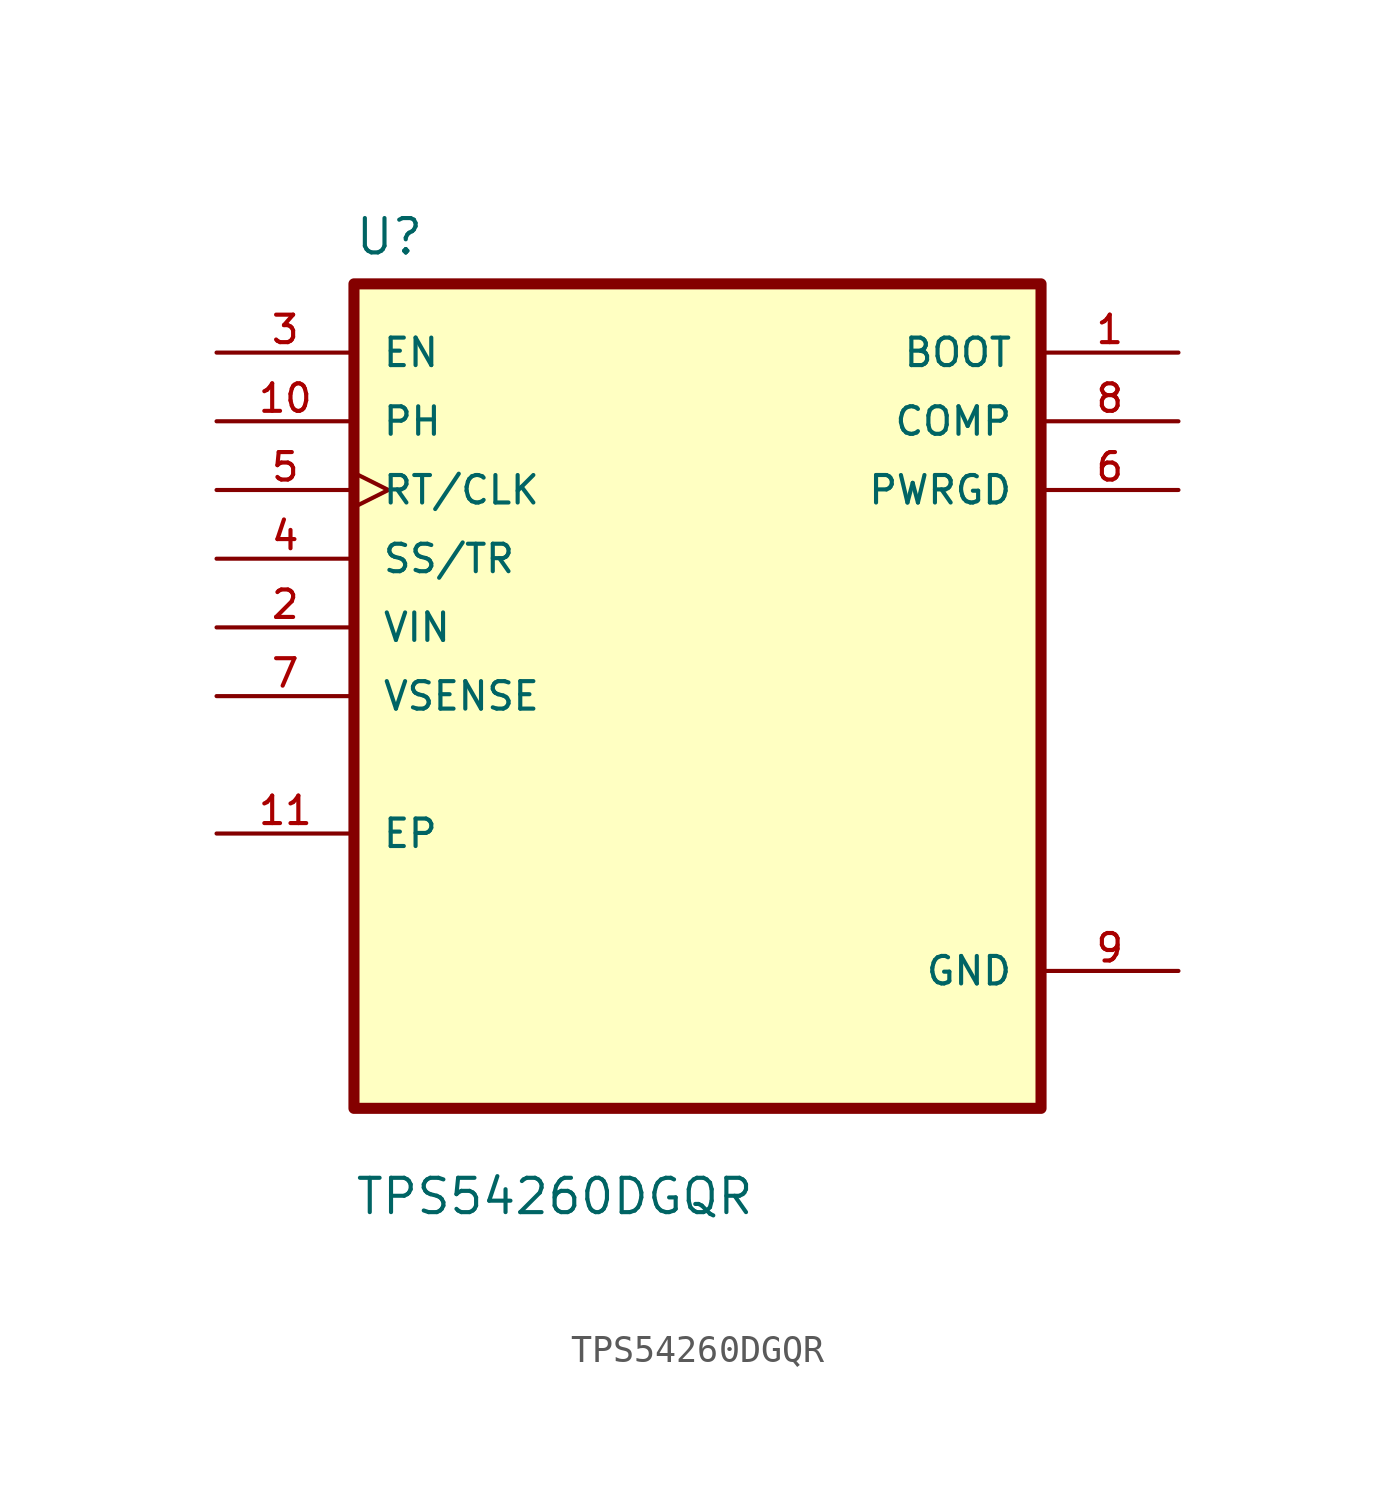
<source format=kicad_sym>
(kicad_symbol_lib
  (version 20211014)
  (generator kicad_symbol_editor)
  (symbol "TPS54260DGQR"
    (pin_names
      (offset 1.016))
    (property "Reference" "U"
      (at -12.7 16.24 0.0)
      (effects (font (size 1.27 1.27)) (justify bottom left)))
    (property "Value" "TPS54260DGQR"
      (at -12.7 -19.24 0.0)
      (effects (font (size 1.27 1.27)) (justify bottom left)))
    (symbol "TPS54260DGQR_0_0"
      (rectangle (start -12.7 -15.24) (end 12.7 15.24) (stroke (width 0.41)) (fill (type background)))
      (pin input line (at -17.78 12.7 0) (length 5.08) (name "EN" (effects (font (size 1.016 1.016)))) (number "3" (effects (font (size 1.016 1.016)))))
      (pin input line (at -17.78 10.16 0) (length 5.08) (name "PH" (effects (font (size 1.016 1.016)))) (number "10" (effects (font (size 1.016 1.016)))))
      (pin input clock (at -17.78 7.62 0) (length 5.08) (name "RT/CLK" (effects (font (size 1.016 1.016)))) (number "5" (effects (font (size 1.016 1.016)))))
      (pin input line (at -17.78 5.08 0) (length 5.08) (name "SS/TR" (effects (font (size 1.016 1.016)))) (number "4" (effects (font (size 1.016 1.016)))))
      (pin input line (at -17.78 2.54 0) (length 5.08) (name "VIN" (effects (font (size 1.016 1.016)))) (number "2" (effects (font (size 1.016 1.016)))))
      (pin input line (at -17.78 0.0 0) (length 5.08) (name "VSENSE" (effects (font (size 1.016 1.016)))) (number "7" (effects (font (size 1.016 1.016)))))
      (pin bidirectional line (at -17.78 -5.08 0) (length 5.08) (name "EP" (effects (font (size 1.016 1.016)))) (number "11" (effects (font (size 1.016 1.016)))))
      (pin output line (at 17.78 12.7 180.0) (length 5.08) (name "BOOT" (effects (font (size 1.016 1.016)))) (number "1" (effects (font (size 1.016 1.016)))))
      (pin output line (at 17.78 10.16 180.0) (length 5.08) (name "COMP" (effects (font (size 1.016 1.016)))) (number "8" (effects (font (size 1.016 1.016)))))
      (pin output line (at 17.78 7.62 180.0) (length 5.08) (name "PWRGD" (effects (font (size 1.016 1.016)))) (number "6" (effects (font (size 1.016 1.016)))))
      (pin power_in line (at 17.78 -10.16 180.0) (length 5.08) (name "GND" (effects (font (size 1.016 1.016)))) (number "9" (effects (font (size 1.016 1.016))))))))
</source>
